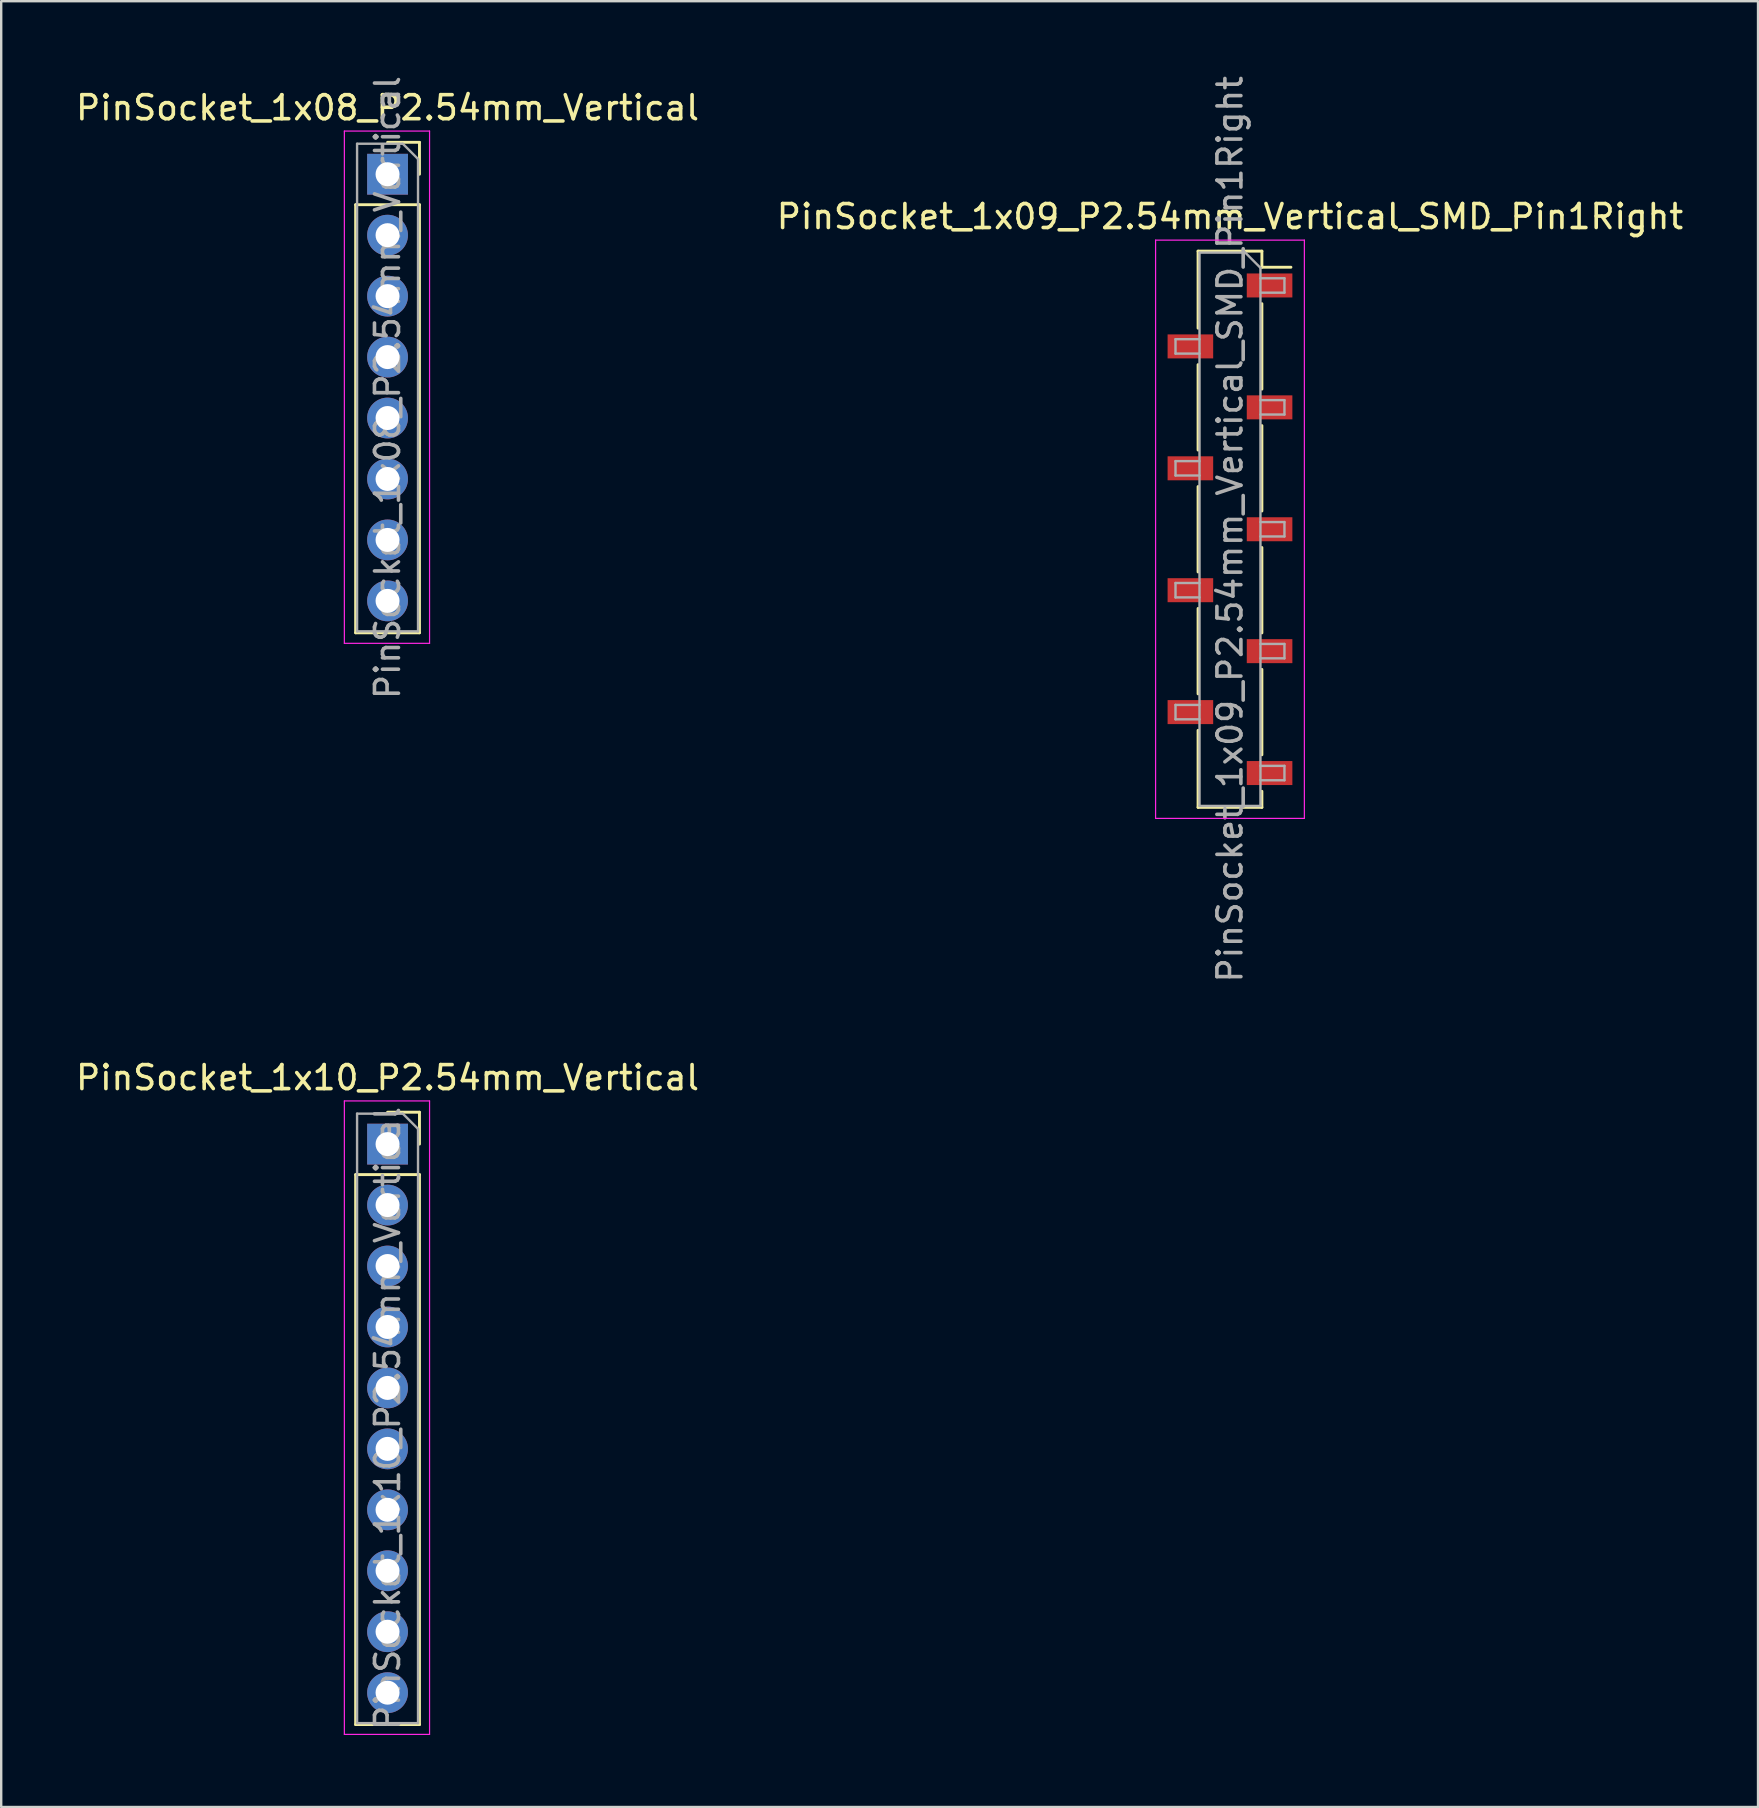
<source format=kicad_pcb>
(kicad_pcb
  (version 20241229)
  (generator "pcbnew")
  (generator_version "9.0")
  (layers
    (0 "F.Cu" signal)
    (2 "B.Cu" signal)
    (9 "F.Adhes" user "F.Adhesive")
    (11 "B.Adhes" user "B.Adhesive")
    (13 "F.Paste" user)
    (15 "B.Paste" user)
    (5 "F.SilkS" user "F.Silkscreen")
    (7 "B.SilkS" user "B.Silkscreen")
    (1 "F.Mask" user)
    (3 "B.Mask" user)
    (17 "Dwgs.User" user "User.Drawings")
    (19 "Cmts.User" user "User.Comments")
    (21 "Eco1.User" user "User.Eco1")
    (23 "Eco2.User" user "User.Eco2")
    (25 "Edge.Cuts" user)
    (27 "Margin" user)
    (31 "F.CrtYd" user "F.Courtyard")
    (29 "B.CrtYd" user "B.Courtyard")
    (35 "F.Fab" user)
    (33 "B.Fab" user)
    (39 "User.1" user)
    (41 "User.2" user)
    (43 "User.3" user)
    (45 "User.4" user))
  (footprint "PinSocket_1x10_P2.54mm_Vertical"
    (layer "F.Cu")
    (at 13.101 44.63)
    (property "Reference" "PinSocket_1x10_P2.54mm_Vertical" (at 0 -2.77 0) (layer "F.SilkS") (effects (font (size 1 1) (thickness 0.15))))
    (attr through_hole)
    (fp_line (start -1.33 1.27) (end -1.33 24.19) (stroke (width 0.12) (type solid)) (layer "F.SilkS"))
    (fp_line (start -1.33 1.27) (end 1.33 1.27) (stroke (width 0.12) (type solid)) (layer "F.SilkS"))
    (fp_line (start -1.33 24.19) (end 1.33 24.19) (stroke (width 0.12) (type solid)) (layer "F.SilkS"))
    (fp_line (start 0 -1.33) (end 1.33 -1.33) (stroke (width 0.12) (type solid)) (layer "F.SilkS"))
    (fp_line (start 1.33 -1.33) (end 1.33 0) (stroke (width 0.12) (type solid)) (layer "F.SilkS"))
    (fp_line (start 1.33 1.27) (end 1.33 24.19) (stroke (width 0.12) (type solid)) (layer "F.SilkS"))
    (fp_line (start -1.8 -1.8) (end 1.75 -1.8) (stroke (width 0.05) (type solid)) (layer "F.CrtYd"))
    (fp_line (start -1.8 24.6) (end -1.8 -1.8) (stroke (width 0.05) (type solid)) (layer "F.CrtYd"))
    (fp_line (start 1.75 -1.8) (end 1.75 24.6) (stroke (width 0.05) (type solid)) (layer "F.CrtYd"))
    (fp_line (start 1.75 24.6) (end -1.8 24.6) (stroke (width 0.05) (type solid)) (layer "F.CrtYd"))
    (fp_line (start -1.27 -1.27) (end 0.635 -1.27) (stroke (width 0.1) (type solid)) (layer "F.Fab"))
    (fp_line (start -1.27 24.13) (end -1.27 -1.27) (stroke (width 0.1) (type solid)) (layer "F.Fab"))
    (fp_line (start 0.635 -1.27) (end 1.27 -0.635) (stroke (width 0.1) (type solid)) (layer "F.Fab"))
    (fp_line (start 1.27 -0.635) (end 1.27 24.13) (stroke (width 0.1) (type solid)) (layer "F.Fab"))
    (fp_line (start 1.27 24.13) (end -1.27 24.13) (stroke (width 0.1) (type solid)) (layer "F.Fab"))
    (fp_text user "${REFERENCE}" (at 0 11.43 90) (layer "F.Fab") (effects (font (size 1 1) (thickness 0.15))))
    (pad "1" thru_hole rect (at 0 0) (size 1.7 1.7) (drill 1) (layers "*.Cu" "*.Mask"))
    (pad "2" thru_hole oval (at 0 2.54) (size 1.7 1.7) (drill 1) (layers "*.Cu" "*.Mask"))
    (pad "3" thru_hole oval (at 0 5.08) (size 1.7 1.7) (drill 1) (layers "*.Cu" "*.Mask"))
    (pad "4" thru_hole oval (at 0 7.62) (size 1.7 1.7) (drill 1) (layers "*.Cu" "*.Mask"))
    (pad "5" thru_hole oval (at 0 10.16) (size 1.7 1.7) (drill 1) (layers "*.Cu" "*.Mask"))
    (pad "6" thru_hole oval (at 0 12.7) (size 1.7 1.7) (drill 1) (layers "*.Cu" "*.Mask"))
    (pad "7" thru_hole oval (at 0 15.24) (size 1.7 1.7) (drill 1) (layers "*.Cu" "*.Mask"))
    (pad "8" thru_hole oval (at 0 17.78) (size 1.7 1.7) (drill 1) (layers "*.Cu" "*.Mask"))
    (pad "9" thru_hole oval (at 0 20.32) (size 1.7 1.7) (drill 1) (layers "*.Cu" "*.Mask"))
    (pad "10" thru_hole oval (at 0 22.86) (size 1.7 1.7) (drill 1) (layers "*.Cu" "*.Mask")))
  (footprint "PinSocket_1x08_P2.54mm_Vertical"
    (layer "F.Cu")
    (at 13.101 4.211)
    (property "Reference" "PinSocket_1x08_P2.54mm_Vertical" (at 0 -2.77 0) (layer "F.SilkS") (effects (font (size 1 1) (thickness 0.15))))
    (attr through_hole)
    (fp_line (start -1.33 1.27) (end -1.33 19.11) (stroke (width 0.12) (type solid)) (layer "F.SilkS"))
    (fp_line (start -1.33 1.27) (end 1.33 1.27) (stroke (width 0.12) (type solid)) (layer "F.SilkS"))
    (fp_line (start -1.33 19.11) (end 1.33 19.11) (stroke (width 0.12) (type solid)) (layer "F.SilkS"))
    (fp_line (start 0 -1.33) (end 1.33 -1.33) (stroke (width 0.12) (type solid)) (layer "F.SilkS"))
    (fp_line (start 1.33 -1.33) (end 1.33 0) (stroke (width 0.12) (type solid)) (layer "F.SilkS"))
    (fp_line (start 1.33 1.27) (end 1.33 19.11) (stroke (width 0.12) (type solid)) (layer "F.SilkS"))
    (fp_line (start -1.8 -1.8) (end 1.75 -1.8) (stroke (width 0.05) (type solid)) (layer "F.CrtYd"))
    (fp_line (start -1.8 19.55) (end -1.8 -1.8) (stroke (width 0.05) (type solid)) (layer "F.CrtYd"))
    (fp_line (start 1.75 -1.8) (end 1.75 19.55) (stroke (width 0.05) (type solid)) (layer "F.CrtYd"))
    (fp_line (start 1.75 19.55) (end -1.8 19.55) (stroke (width 0.05) (type solid)) (layer "F.CrtYd"))
    (fp_line (start -1.27 -1.27) (end 0.635 -1.27) (stroke (width 0.1) (type solid)) (layer "F.Fab"))
    (fp_line (start -1.27 19.05) (end -1.27 -1.27) (stroke (width 0.1) (type solid)) (layer "F.Fab"))
    (fp_line (start 0.635 -1.27) (end 1.27 -0.635) (stroke (width 0.1) (type solid)) (layer "F.Fab"))
    (fp_line (start 1.27 -0.635) (end 1.27 19.05) (stroke (width 0.1) (type solid)) (layer "F.Fab"))
    (fp_line (start 1.27 19.05) (end -1.27 19.05) (stroke (width 0.1) (type solid)) (layer "F.Fab"))
    (fp_text user "${REFERENCE}" (at 0 8.89 90) (layer "F.Fab") (effects (font (size 1 1) (thickness 0.15))))
    (pad "1" thru_hole rect (at 0 0) (size 1.7 1.7) (drill 1) (layers "*.Cu" "*.Mask"))
    (pad "2" thru_hole oval (at 0 2.54) (size 1.7 1.7) (drill 1) (layers "*.Cu" "*.Mask"))
    (pad "3" thru_hole oval (at 0 5.08) (size 1.7 1.7) (drill 1) (layers "*.Cu" "*.Mask"))
    (pad "4" thru_hole oval (at 0 7.62) (size 1.7 1.7) (drill 1) (layers "*.Cu" "*.Mask"))
    (pad "5" thru_hole oval (at 0 10.16) (size 1.7 1.7) (drill 1) (layers "*.Cu" "*.Mask"))
    (pad "6" thru_hole oval (at 0 12.7) (size 1.7 1.7) (drill 1) (layers "*.Cu" "*.Mask"))
    (pad "7" thru_hole oval (at 0 15.24) (size 1.7 1.7) (drill 1) (layers "*.Cu" "*.Mask"))
    (pad "8" thru_hole oval (at 0 17.78) (size 1.7 1.7) (drill 1) (layers "*.Cu" "*.Mask")))
  (footprint "PinSocket_1x09_P2.54mm_Vertical_SMD_Pin1Right"
    (layer "F.Cu")
    (at 48.208 19.006)
    (property "Reference" "PinSocket_1x09_P2.54mm_Vertical_SMD_Pin1Right" (at 0 -13.03 0) (layer "F.SilkS") (effects (font (size 1 1) (thickness 0.15))))
    (attr smd)
    (fp_line (start -1.33 -11.59) (end -1.33 -8.38) (stroke (width 0.12) (type solid)) (layer "F.SilkS"))
    (fp_line (start -1.33 -11.59) (end 1.33 -11.59) (stroke (width 0.12) (type solid)) (layer "F.SilkS"))
    (fp_line (start -1.33 -6.86) (end -1.33 -3.3) (stroke (width 0.12) (type solid)) (layer "F.SilkS"))
    (fp_line (start -1.33 -1.78) (end -1.33 1.78) (stroke (width 0.12) (type solid)) (layer "F.SilkS"))
    (fp_line (start -1.33 3.3) (end -1.33 6.86) (stroke (width 0.12) (type solid)) (layer "F.SilkS"))
    (fp_line (start -1.33 8.38) (end -1.33 11.59) (stroke (width 0.12) (type solid)) (layer "F.SilkS"))
    (fp_line (start -1.33 11.59) (end 1.33 11.59) (stroke (width 0.12) (type solid)) (layer "F.SilkS"))
    (fp_line (start 1.33 -11.59) (end 1.33 -10.92) (stroke (width 0.12) (type solid)) (layer "F.SilkS"))
    (fp_line (start 1.33 -10.92) (end 2.54 -10.92) (stroke (width 0.12) (type solid)) (layer "F.SilkS"))
    (fp_line (start 1.33 -9.4) (end 1.33 -5.84) (stroke (width 0.12) (type solid)) (layer "F.SilkS"))
    (fp_line (start 1.33 -4.32) (end 1.33 -0.76) (stroke (width 0.12) (type solid)) (layer "F.SilkS"))
    (fp_line (start 1.33 0.76) (end 1.33 4.32) (stroke (width 0.12) (type solid)) (layer "F.SilkS"))
    (fp_line (start 1.33 5.84) (end 1.33 9.4) (stroke (width 0.12) (type solid)) (layer "F.SilkS"))
    (fp_line (start 1.33 10.92) (end 1.33 11.59) (stroke (width 0.12) (type solid)) (layer "F.SilkS"))
    (fp_line (start -3.1 -12.05) (end 3.1 -12.05) (stroke (width 0.05) (type solid)) (layer "F.CrtYd"))
    (fp_line (start -3.1 12.05) (end -3.1 -12.05) (stroke (width 0.05) (type solid)) (layer "F.CrtYd"))
    (fp_line (start 3.1 -12.05) (end 3.1 12.05) (stroke (width 0.05) (type solid)) (layer "F.CrtYd"))
    (fp_line (start 3.1 12.05) (end -3.1 12.05) (stroke (width 0.05) (type solid)) (layer "F.CrtYd"))
    (fp_line (start -2.27 -7.92) (end -1.27 -7.92) (stroke (width 0.1) (type solid)) (layer "F.Fab"))
    (fp_line (start -2.27 -7.32) (end -2.27 -7.92) (stroke (width 0.1) (type solid)) (layer "F.Fab"))
    (fp_line (start -2.27 -2.84) (end -1.27 -2.84) (stroke (width 0.1) (type solid)) (layer "F.Fab"))
    (fp_line (start -2.27 -2.24) (end -2.27 -2.84) (stroke (width 0.1) (type solid)) (layer "F.Fab"))
    (fp_line (start -2.27 2.24) (end -1.27 2.24) (stroke (width 0.1) (type solid)) (layer "F.Fab"))
    (fp_line (start -2.27 2.84) (end -2.27 2.24) (stroke (width 0.1) (type solid)) (layer "F.Fab"))
    (fp_line (start -2.27 7.32) (end -1.27 7.32) (stroke (width 0.1) (type solid)) (layer "F.Fab"))
    (fp_line (start -2.27 7.92) (end -2.27 7.32) (stroke (width 0.1) (type solid)) (layer "F.Fab"))
    (fp_line (start -1.27 -11.53) (end 0.635 -11.53) (stroke (width 0.1) (type solid)) (layer "F.Fab"))
    (fp_line (start -1.27 -7.32) (end -2.27 -7.32) (stroke (width 0.1) (type solid)) (layer "F.Fab"))
    (fp_line (start -1.27 -2.24) (end -2.27 -2.24) (stroke (width 0.1) (type solid)) (layer "F.Fab"))
    (fp_line (start -1.27 2.84) (end -2.27 2.84) (stroke (width 0.1) (type solid)) (layer "F.Fab"))
    (fp_line (start -1.27 7.92) (end -2.27 7.92) (stroke (width 0.1) (type solid)) (layer "F.Fab"))
    (fp_line (start -1.27 11.53) (end -1.27 -11.53) (stroke (width 0.1) (type solid)) (layer "F.Fab"))
    (fp_line (start 0.635 -11.53) (end 1.27 -10.895) (stroke (width 0.1) (type solid)) (layer "F.Fab"))
    (fp_line (start 1.27 -10.895) (end 1.27 11.53) (stroke (width 0.1) (type solid)) (layer "F.Fab"))
    (fp_line (start 1.27 -10.46) (end 2.27 -10.46) (stroke (width 0.1) (type solid)) (layer "F.Fab"))
    (fp_line (start 1.27 -5.38) (end 2.27 -5.38) (stroke (width 0.1) (type solid)) (layer "F.Fab"))
    (fp_line (start 1.27 -0.3) (end 2.27 -0.3) (stroke (width 0.1) (type solid)) (layer "F.Fab"))
    (fp_line (start 1.27 4.78) (end 2.27 4.78) (stroke (width 0.1) (type solid)) (layer "F.Fab"))
    (fp_line (start 1.27 9.86) (end 2.27 9.86) (stroke (width 0.1) (type solid)) (layer "F.Fab"))
    (fp_line (start 1.27 11.53) (end -1.27 11.53) (stroke (width 0.1) (type solid)) (layer "F.Fab"))
    (fp_line (start 2.27 -10.46) (end 2.27 -9.86) (stroke (width 0.1) (type solid)) (layer "F.Fab"))
    (fp_line (start 2.27 -9.86) (end 1.27 -9.86) (stroke (width 0.1) (type solid)) (layer "F.Fab"))
    (fp_line (start 2.27 -5.38) (end 2.27 -4.78) (stroke (width 0.1) (type solid)) (layer "F.Fab"))
    (fp_line (start 2.27 -4.78) (end 1.27 -4.78) (stroke (width 0.1) (type solid)) (layer "F.Fab"))
    (fp_line (start 2.27 -0.3) (end 2.27 0.3) (stroke (width 0.1) (type solid)) (layer "F.Fab"))
    (fp_line (start 2.27 0.3) (end 1.27 0.3) (stroke (width 0.1) (type solid)) (layer "F.Fab"))
    (fp_line (start 2.27 4.78) (end 2.27 5.38) (stroke (width 0.1) (type solid)) (layer "F.Fab"))
    (fp_line (start 2.27 5.38) (end 1.27 5.38) (stroke (width 0.1) (type solid)) (layer "F.Fab"))
    (fp_line (start 2.27 9.86) (end 2.27 10.46) (stroke (width 0.1) (type solid)) (layer "F.Fab"))
    (fp_line (start 2.27 10.46) (end 1.27 10.46) (stroke (width 0.1) (type solid)) (layer "F.Fab"))
    (fp_text user "${REFERENCE}" (at 0 0 90) (layer "F.Fab") (effects (font (size 1 1) (thickness 0.15))))
    (pad "1" smd rect (at 1.65 -10.16) (size 1.9 1) (layers "F.Cu" "F.Mask" "F.Paste"))
    (pad "2" smd rect (at -1.65 -7.62) (size 1.9 1) (layers "F.Cu" "F.Mask" "F.Paste"))
    (pad "3" smd rect (at 1.65 -5.08) (size 1.9 1) (layers "F.Cu" "F.Mask" "F.Paste"))
    (pad "4" smd rect (at -1.65 -2.54) (size 1.9 1) (layers "F.Cu" "F.Mask" "F.Paste"))
    (pad "5" smd rect (at 1.65 0) (size 1.9 1) (layers "F.Cu" "F.Mask" "F.Paste"))
    (pad "6" smd rect (at -1.65 2.54) (size 1.9 1) (layers "F.Cu" "F.Mask" "F.Paste"))
    (pad "7" smd rect (at 1.65 5.08) (size 1.9 1) (layers "F.Cu" "F.Mask" "F.Paste"))
    (pad "8" smd rect (at -1.65 7.62) (size 1.9 1) (layers "F.Cu" "F.Mask" "F.Paste"))
    (pad "9" smd rect (at 1.65 10.16) (size 1.9 1) (layers "F.Cu" "F.Mask" "F.Paste")))
  (gr_rect
    (start -3 -3)
    (end 70.214 72.255)
    (stroke (width 0.1) (type default))
    (fill no)
    (layer "Edge.Cuts")))
</source>
